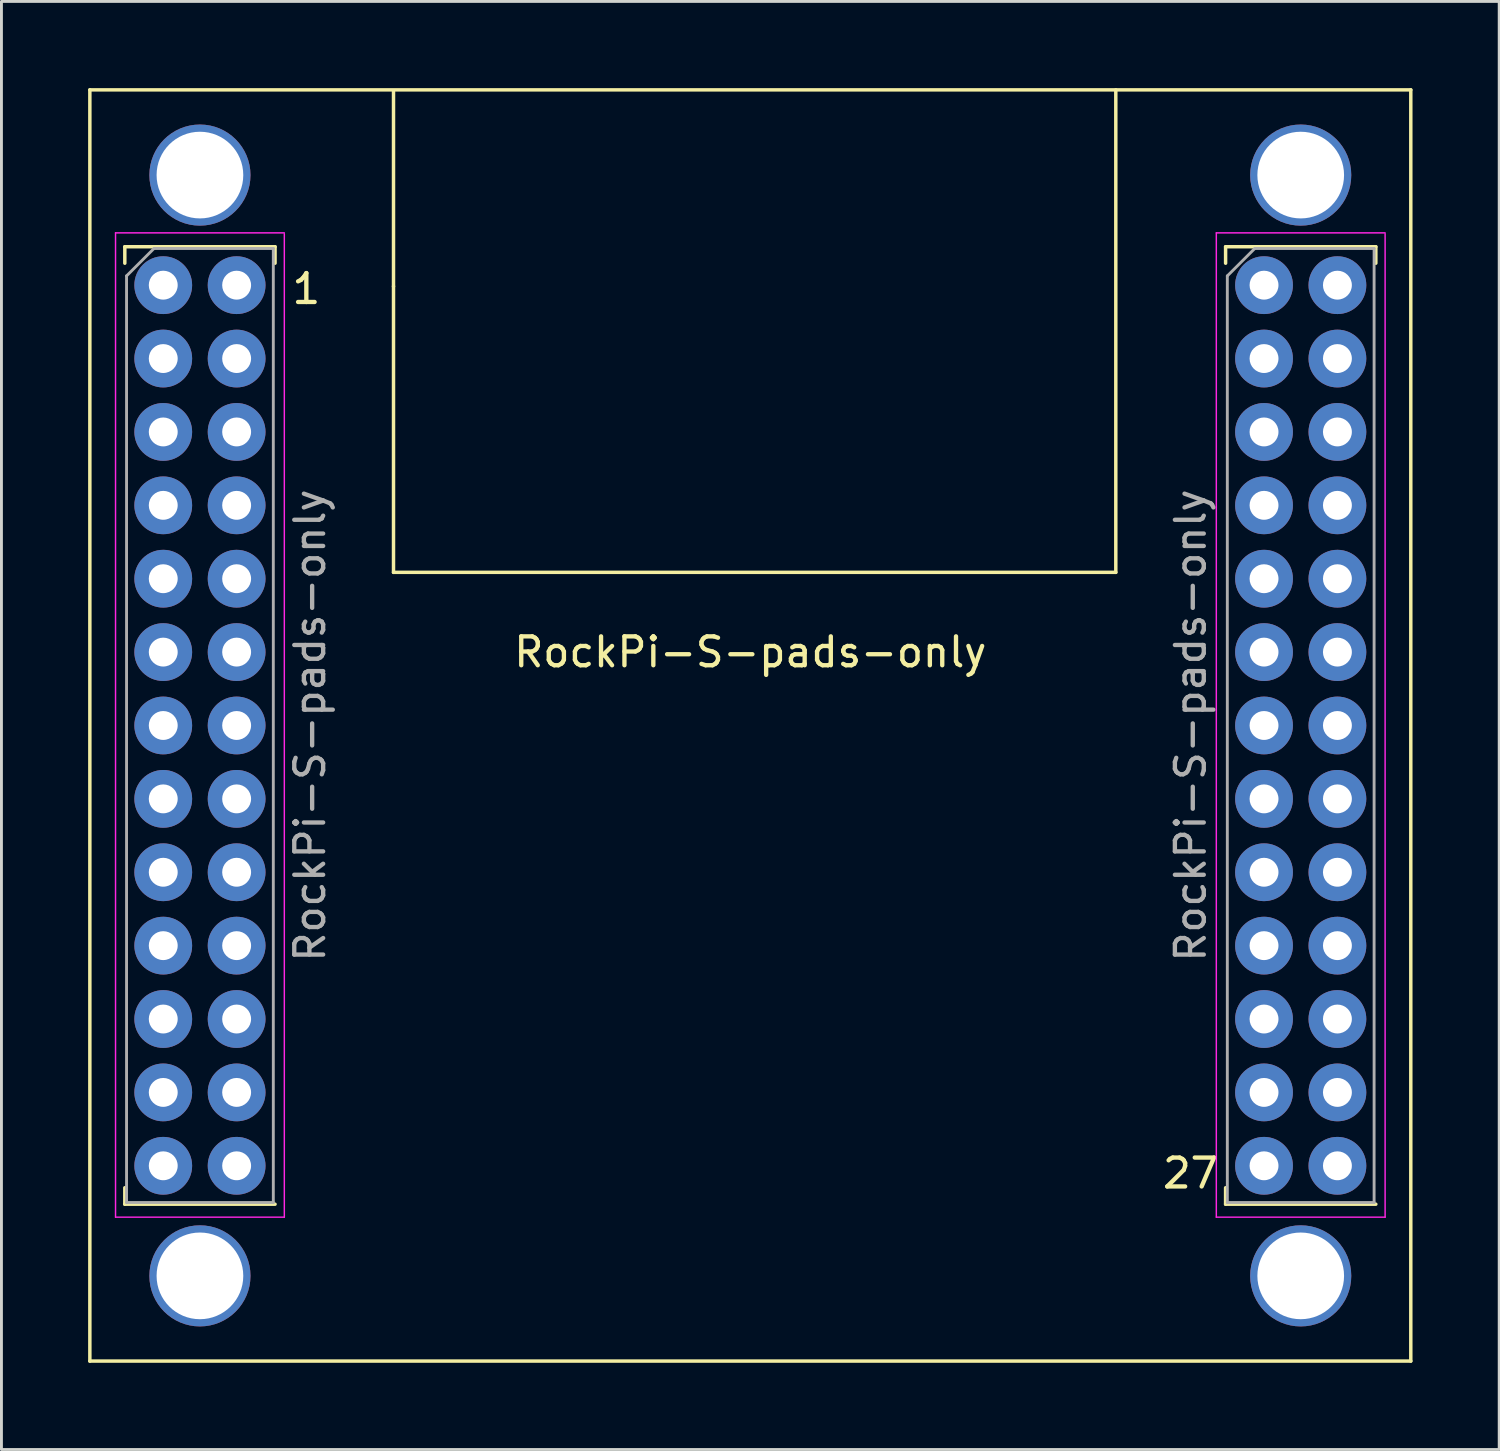
<source format=kicad_pcb>
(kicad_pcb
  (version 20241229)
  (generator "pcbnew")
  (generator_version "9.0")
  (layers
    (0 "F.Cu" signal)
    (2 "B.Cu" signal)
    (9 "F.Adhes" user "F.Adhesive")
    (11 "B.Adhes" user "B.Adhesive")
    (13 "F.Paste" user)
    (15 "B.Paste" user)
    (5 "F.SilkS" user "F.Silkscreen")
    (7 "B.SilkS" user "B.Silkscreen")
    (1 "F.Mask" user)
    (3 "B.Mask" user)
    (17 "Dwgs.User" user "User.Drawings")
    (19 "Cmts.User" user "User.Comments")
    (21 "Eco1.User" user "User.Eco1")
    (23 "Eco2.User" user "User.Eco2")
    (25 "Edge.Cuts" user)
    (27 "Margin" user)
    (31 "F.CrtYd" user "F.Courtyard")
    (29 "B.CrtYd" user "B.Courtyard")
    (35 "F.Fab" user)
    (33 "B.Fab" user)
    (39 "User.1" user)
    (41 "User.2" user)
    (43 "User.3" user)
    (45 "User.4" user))
  (footprint "RockPi-S-pads-only"
    (layer "F.Cu")
    (at 22.92 22.06)
    (property "Reference" "RockPi-S-pads-only" (at 0 -2.54 0) (layer "F.SilkS") (effects (font (size 1 1) (thickness 0.15))))
    (attr smd)
    (fp_line (start -22.86 -22) (end -22.86 22) (stroke (width 0.12) (type solid)) (layer "F.SilkS"))
    (fp_line (start -22.86 -22) (end 22.86 -22) (stroke (width 0.12) (type solid)) (layer "F.SilkS"))
    (fp_line (start -22.86 22) (end 22.86 22) (stroke (width 0.12) (type solid)) (layer "F.SilkS"))
    (fp_line (start -21.65 -16.57) (end -21.65 -16) (stroke (width 0.12) (type solid)) (layer "F.SilkS"))
    (fp_line (start -21.65 -16.57) (end -16.45 -16.57) (stroke (width 0.12) (type solid)) (layer "F.SilkS"))
    (fp_line (start -21.65 16) (end -21.65 16.57) (stroke (width 0.12) (type solid)) (layer "F.SilkS"))
    (fp_line (start -21.65 16.57) (end -16.45 16.57) (stroke (width 0.12) (type solid)) (layer "F.SilkS"))
    (fp_line (start -16.45 -16.57) (end -16.45 -16) (stroke (width 0.12) (type solid)) (layer "F.SilkS"))
    (fp_line (start -12.35 -15.2) (end -12.35 -21.95) (stroke (width 0.12) (type solid)) (layer "F.SilkS"))
    (fp_line (start -12.35 -15.2) (end -12.35 -5.3) (stroke (width 0.12) (type solid)) (layer "F.SilkS"))
    (fp_line (start -12.35 -5.3) (end 12.65 -5.3) (stroke (width 0.12) (type solid)) (layer "F.SilkS"))
    (fp_line (start 12.65 -5.3) (end 12.65 -22) (stroke (width 0.12) (type solid)) (layer "F.SilkS"))
    (fp_line (start 16.45 -16.57) (end 16.45 -16) (stroke (width 0.12) (type solid)) (layer "F.SilkS"))
    (fp_line (start 16.45 -16.57) (end 21.65 -16.57) (stroke (width 0.12) (type solid)) (layer "F.SilkS"))
    (fp_line (start 16.45 16) (end 16.45 16.57) (stroke (width 0.12) (type solid)) (layer "F.SilkS"))
    (fp_line (start 16.45 16.57) (end 21.65 16.57) (stroke (width 0.12) (type solid)) (layer "F.SilkS"))
    (fp_line (start 21.65 -16.57) (end 21.65 -16) (stroke (width 0.12) (type solid)) (layer "F.SilkS"))
    (fp_line (start 22.86 22) (end 22.86 -22) (stroke (width 0.12) (type solid)) (layer "F.SilkS"))
    (fp_line (start -21.971 -17.05) (end -21.971 17.018) (stroke (width 0.05) (type solid)) (layer "F.CrtYd"))
    (fp_line (start -21.971 17.018) (end -16.129 17.018) (stroke (width 0.05) (type solid)) (layer "F.CrtYd"))
    (fp_line (start -16.129 -17.05) (end -21.971 -17.05) (stroke (width 0.05) (type solid)) (layer "F.CrtYd"))
    (fp_line (start -16.129 17.018) (end -16.129 -17.018) (stroke (width 0.05) (type solid)) (layer "F.CrtYd"))
    (fp_line (start 16.129 -17.05) (end 16.129 17.018) (stroke (width 0.05) (type solid)) (layer "F.CrtYd"))
    (fp_line (start 16.129 17.018) (end 21.971 17.018) (stroke (width 0.05) (type solid)) (layer "F.CrtYd"))
    (fp_line (start 21.971 -17.05) (end 16.129 -17.05) (stroke (width 0.05) (type solid)) (layer "F.CrtYd"))
    (fp_line (start 21.971 17.018) (end 21.971 -17.018) (stroke (width 0.05) (type solid)) (layer "F.CrtYd"))
    (fp_line (start -21.59 -15.56) (end -20.64 -16.51) (stroke (width 0.1) (type solid)) (layer "F.Fab"))
    (fp_line (start -21.59 16.51) (end -21.59 -15.56) (stroke (width 0.1) (type solid)) (layer "F.Fab"))
    (fp_line (start -20.64 -16.51) (end -16.51 -16.51) (stroke (width 0.1) (type solid)) (layer "F.Fab"))
    (fp_line (start -16.51 16.51) (end -21.59 16.51) (stroke (width 0.1) (type solid)) (layer "F.Fab"))
    (fp_line (start -16.51 16.51) (end -16.51 -16.51) (stroke (width 0.1) (type solid)) (layer "F.Fab"))
    (fp_line (start 16.51 -15.56) (end 17.46 -16.51) (stroke (width 0.1) (type solid)) (layer "F.Fab"))
    (fp_line (start 16.51 16.51) (end 16.51 -15.56) (stroke (width 0.1) (type solid)) (layer "F.Fab"))
    (fp_line (start 17.46 -16.51) (end 21.59 -16.51) (stroke (width 0.1) (type solid)) (layer "F.Fab"))
    (fp_line (start 21.59 16.51) (end 16.51 16.51) (stroke (width 0.1) (type solid)) (layer "F.Fab"))
    (fp_line (start 21.59 16.51) (end 21.59 -16.51) (stroke (width 0.1) (type solid)) (layer "F.Fab"))
    (fp_text user "27" (at 15.24 15.5 0) (layer "F.SilkS") (effects (font (size 1 1) (thickness 0.15))))
    (fp_text user "1" (at -15.367 -15.113 0) (layer "F.SilkS") (effects (font (size 1 1) (thickness 0.15))))
    (fp_text user "${REFERENCE}" (at -15.24 0 90) (layer "F.Fab") (effects (font (size 1 1) (thickness 0.15))))
    (fp_text user "${REFERENCE}" (at 15.24 0 90) (layer "F.Fab") (effects (font (size 1 1) (thickness 0.15))))
    (pad "" thru_hole circle (at -19.05 -19.05) (size 3.5 3.5) (drill 3) (layers "*.Cu" "*.Mask"))
    (pad "" thru_hole circle (at -19.05 19.05) (size 3.5 3.5) (drill 3) (layers "*.Cu" "*.Mask"))
    (pad "" thru_hole circle (at 19.05 -19.05) (size 3.5 3.5) (drill 3) (layers "*.Cu" "*.Mask"))
    (pad "" thru_hole circle (at 19.05 19.05) (size 3.5 3.5) (drill 3) (layers "*.Cu" "*.Mask"))
    (pad "1" thru_hole circle (at -17.78 -15.24) (size 2 2) (drill 1) (layers "*.Cu" "*.Mask"))
    (pad "2" thru_hole circle (at -20.32 -15.24) (size 2 2) (drill 1) (layers "*.Cu" "*.Mask"))
    (pad "3" thru_hole circle (at -17.78 -12.7) (size 2 2) (drill 1) (layers "*.Cu" "*.Mask"))
    (pad "4" thru_hole circle (at -20.32 -12.7) (size 2 2) (drill 1) (layers "*.Cu" "*.Mask"))
    (pad "5" thru_hole circle (at -17.78 -10.16) (size 2 2) (drill 1) (layers "*.Cu" "*.Mask"))
    (pad "6" thru_hole circle (at -20.32 -10.16) (size 2 2) (drill 1) (layers "*.Cu" "*.Mask"))
    (pad "7" thru_hole circle (at -17.78 -7.62) (size 2 2) (drill 1) (layers "*.Cu" "*.Mask"))
    (pad "8" thru_hole circle (at -20.32 -7.62) (size 2 2) (drill 1) (layers "*.Cu" "*.Mask"))
    (pad "9" thru_hole circle (at -17.78 -5.08) (size 2 2) (drill 1) (layers "*.Cu" "*.Mask"))
    (pad "10" thru_hole circle (at -20.32 -5.08) (size 2 2) (drill 1) (layers "*.Cu" "*.Mask"))
    (pad "11" thru_hole circle (at -17.78 -2.54) (size 2 2) (drill 1) (layers "*.Cu" "*.Mask"))
    (pad "12" thru_hole circle (at -20.32 -2.54) (size 2 2) (drill 1) (layers "*.Cu" "*.Mask"))
    (pad "13" thru_hole circle (at -17.78 0) (size 2 2) (drill 1) (layers "*.Cu" "*.Mask"))
    (pad "14" thru_hole circle (at -20.32 0) (size 2 2) (drill 1) (layers "*.Cu" "*.Mask"))
    (pad "15" thru_hole circle (at -17.78 2.54) (size 2 2) (drill 1) (layers "*.Cu" "*.Mask"))
    (pad "16" thru_hole circle (at -20.32 2.54) (size 2 2) (drill 1) (layers "*.Cu" "*.Mask"))
    (pad "17" thru_hole circle (at -17.78 5.08) (size 2 2) (drill 1) (layers "*.Cu" "*.Mask"))
    (pad "18" thru_hole circle (at -20.32 5.08) (size 2 2) (drill 1) (layers "*.Cu" "*.Mask"))
    (pad "19" thru_hole circle (at -17.78 7.62) (size 2 2) (drill 1) (layers "*.Cu" "*.Mask"))
    (pad "20" thru_hole circle (at -20.32 7.62) (size 2 2) (drill 1) (layers "*.Cu" "*.Mask"))
    (pad "21" thru_hole circle (at -17.78 10.16) (size 2 2) (drill 1) (layers "*.Cu" "*.Mask"))
    (pad "22" thru_hole circle (at -20.32 10.16) (size 2 2) (drill 1) (layers "*.Cu" "*.Mask"))
    (pad "23" thru_hole circle (at -17.78 12.7) (size 2 2) (drill 1) (layers "*.Cu" "*.Mask"))
    (pad "24" thru_hole circle (at -20.32 12.7) (size 2 2) (drill 1) (layers "*.Cu" "*.Mask"))
    (pad "25" thru_hole circle (at -17.78 15.24) (size 2 2) (drill 1) (layers "*.Cu" "*.Mask"))
    (pad "26" thru_hole circle (at -20.32 15.24) (size 2 2) (drill 1) (layers "*.Cu" "*.Mask"))
    (pad "27" thru_hole circle (at 17.78 15.24) (size 2 2) (drill 1) (layers "*.Cu" "*.Mask"))
    (pad "28" thru_hole circle (at 20.32 15.24) (size 2 2) (drill 1) (layers "*.Cu" "*.Mask"))
    (pad "29" thru_hole circle (at 17.78 12.7) (size 2 2) (drill 1) (layers "*.Cu" "*.Mask"))
    (pad "30" thru_hole circle (at 20.32 12.7) (size 2 2) (drill 1) (layers "*.Cu" "*.Mask"))
    (pad "31" thru_hole circle (at 17.78 10.16) (size 2 2) (drill 1) (layers "*.Cu" "*.Mask"))
    (pad "32" thru_hole circle (at 20.32 10.16) (size 2 2) (drill 1) (layers "*.Cu" "*.Mask"))
    (pad "33" thru_hole circle (at 17.78 7.62) (size 2 2) (drill 1) (layers "*.Cu" "*.Mask"))
    (pad "34" thru_hole circle (at 20.32 7.62) (size 2 2) (drill 1) (layers "*.Cu" "*.Mask"))
    (pad "35" thru_hole circle (at 17.78 5.08) (size 2 2) (drill 1) (layers "*.Cu" "*.Mask"))
    (pad "36" thru_hole circle (at 20.32 5.08) (size 2 2) (drill 1) (layers "*.Cu" "*.Mask"))
    (pad "37" thru_hole circle (at 17.78 2.54) (size 2 2) (drill 1) (layers "*.Cu" "*.Mask"))
    (pad "38" thru_hole circle (at 20.32 2.54) (size 2 2) (drill 1) (layers "*.Cu" "*.Mask"))
    (pad "39" thru_hole circle (at 17.78 0) (size 2 2) (drill 1) (layers "*.Cu" "*.Mask"))
    (pad "40" thru_hole circle (at 20.32 0) (size 2 2) (drill 1) (layers "*.Cu" "*.Mask"))
    (pad "41" thru_hole circle (at 17.78 -2.54) (size 2 2) (drill 1) (layers "*.Cu" "*.Mask"))
    (pad "42" thru_hole circle (at 20.32 -2.54) (size 2 2) (drill 1) (layers "*.Cu" "*.Mask"))
    (pad "43" thru_hole circle (at 17.78 -5.08) (size 2 2) (drill 1) (layers "*.Cu" "*.Mask"))
    (pad "44" thru_hole circle (at 20.32 -5.08) (size 2 2) (drill 1) (layers "*.Cu" "*.Mask"))
    (pad "45" thru_hole circle (at 17.78 -7.62) (size 2 2) (drill 1) (layers "*.Cu" "*.Mask"))
    (pad "46" thru_hole circle (at 20.32 -7.62) (size 2 2) (drill 1) (layers "*.Cu" "*.Mask"))
    (pad "47" thru_hole circle (at 17.78 -10.16) (size 2 2) (drill 1) (layers "*.Cu" "*.Mask"))
    (pad "48" thru_hole circle (at 20.32 -10.16) (size 2 2) (drill 1) (layers "*.Cu" "*.Mask"))
    (pad "49" thru_hole circle (at 17.78 -12.7) (size 2 2) (drill 1) (layers "*.Cu" "*.Mask"))
    (pad "50" thru_hole circle (at 20.32 -12.7) (size 2 2) (drill 1) (layers "*.Cu" "*.Mask"))
    (pad "51" thru_hole circle (at 17.78 -15.24) (size 2 2) (drill 1) (layers "*.Cu" "*.Mask"))
    (pad "52" thru_hole circle (at 20.32 -15.24) (size 2 2) (drill 1) (layers "*.Cu" "*.Mask")))
  (gr_rect
    (start -3 -3)
    (end 48.84 47.12)
    (stroke (width 0.1) (type default))
    (fill no)
    (layer "Edge.Cuts")))
</source>
